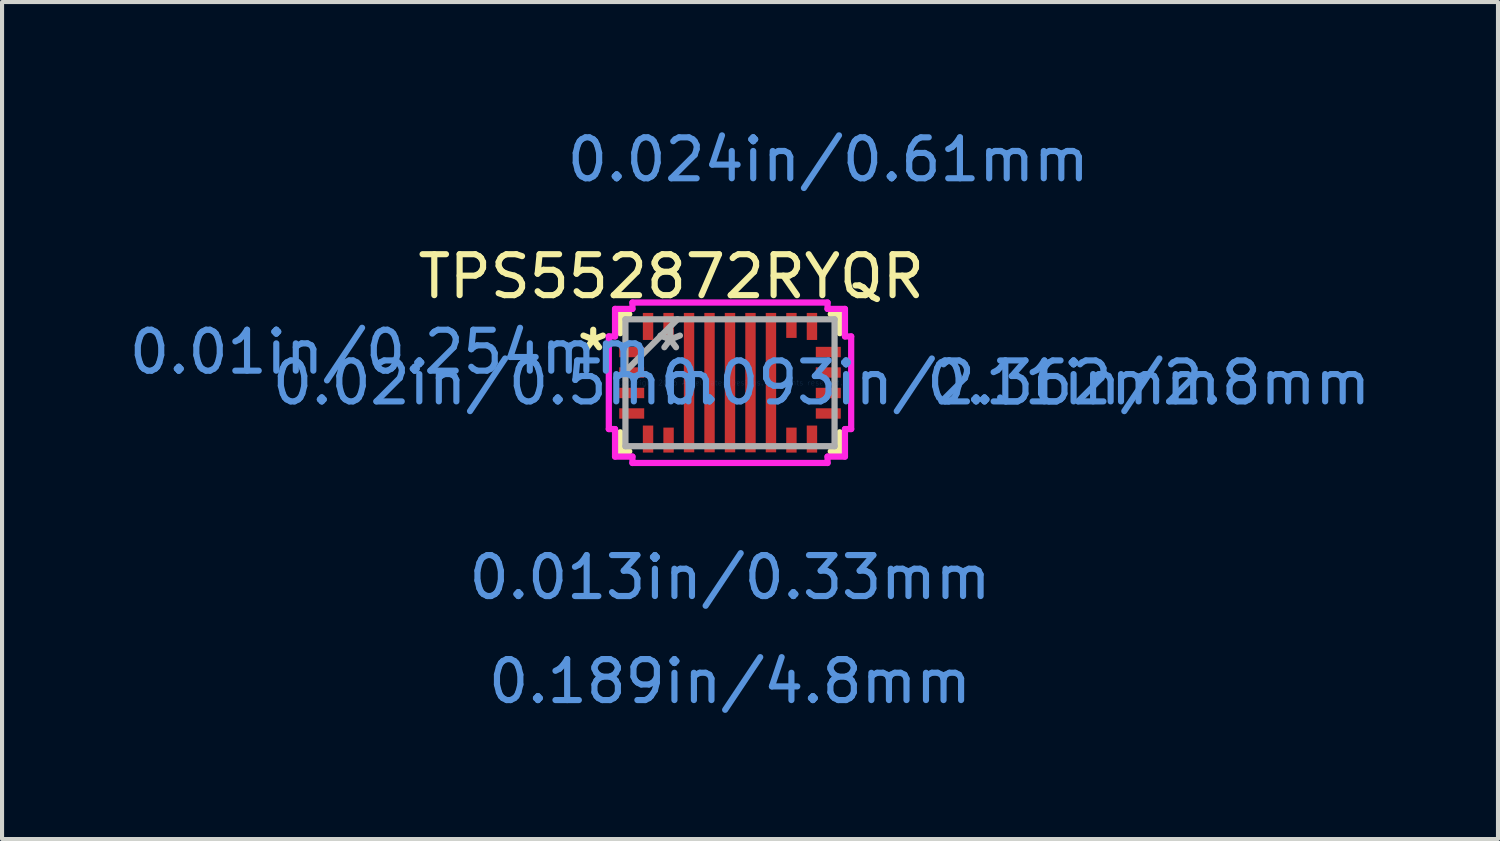
<source format=kicad_pcb>
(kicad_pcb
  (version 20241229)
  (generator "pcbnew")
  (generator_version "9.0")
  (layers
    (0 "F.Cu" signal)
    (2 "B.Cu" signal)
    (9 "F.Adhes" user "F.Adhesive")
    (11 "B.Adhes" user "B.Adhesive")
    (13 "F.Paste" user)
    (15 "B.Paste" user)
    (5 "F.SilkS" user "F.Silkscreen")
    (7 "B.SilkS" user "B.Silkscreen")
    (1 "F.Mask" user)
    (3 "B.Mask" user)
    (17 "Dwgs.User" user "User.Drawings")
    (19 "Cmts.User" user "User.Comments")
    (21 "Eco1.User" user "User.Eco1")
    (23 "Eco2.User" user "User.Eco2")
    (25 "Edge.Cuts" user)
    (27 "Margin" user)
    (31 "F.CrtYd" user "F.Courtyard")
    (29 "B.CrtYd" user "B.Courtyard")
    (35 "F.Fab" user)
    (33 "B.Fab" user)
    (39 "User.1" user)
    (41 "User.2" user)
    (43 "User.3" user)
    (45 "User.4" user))
  (footprint "TPS552872RYQR"
    (layer "F.Cu")
    (at 14.775 6.296)
    (property "Reference" "TPS552872RYQR" (at -1.435 -2.594 0) (layer "F.SilkS") (effects (font (size 1 1) (thickness 0.15))))
    (attr through_hole)
    (fp_line (start -2.68 -1.676) (end -2.68 -1.21) (stroke (width 0.152) (type solid)) (layer "F.SilkS"))
    (fp_line (start -2.68 1.21) (end -2.68 1.676) (stroke (width 0.152) (type solid)) (layer "F.SilkS"))
    (fp_line (start -2.68 1.676) (end -2.46 1.676) (stroke (width 0.152) (type solid)) (layer "F.SilkS"))
    (fp_line (start -2.46 -1.676) (end -2.68 -1.676) (stroke (width 0.152) (type solid)) (layer "F.SilkS"))
    (fp_line (start 2.46 1.676) (end 2.68 1.676) (stroke (width 0.152) (type solid)) (layer "F.SilkS"))
    (fp_line (start 2.68 -1.676) (end 2.46 -1.676) (stroke (width 0.152) (type solid)) (layer "F.SilkS"))
    (fp_line (start 2.68 -1.21) (end 2.68 -1.676) (stroke (width 0.152) (type solid)) (layer "F.SilkS"))
    (fp_line (start 2.68 1.676) (end 2.68 1.21) (stroke (width 0.152) (type solid)) (layer "F.SilkS"))
    (fp_line (start -2.959 -1.131) (end -2.807 -1.131) (stroke (width 0.152) (type solid)) (layer "F.CrtYd"))
    (fp_line (start -2.959 1.131) (end -2.959 -1.131) (stroke (width 0.152) (type solid)) (layer "F.CrtYd"))
    (fp_line (start -2.807 -1.803) (end -2.382 -1.803) (stroke (width 0.152) (type solid)) (layer "F.CrtYd"))
    (fp_line (start -2.807 -1.131) (end -2.807 -1.803) (stroke (width 0.152) (type solid)) (layer "F.CrtYd"))
    (fp_line (start -2.807 1.131) (end -2.959 1.131) (stroke (width 0.152) (type solid)) (layer "F.CrtYd"))
    (fp_line (start -2.807 1.803) (end -2.807 1.131) (stroke (width 0.152) (type solid)) (layer "F.CrtYd"))
    (fp_line (start -2.382 -1.959) (end 2.382 -1.959) (stroke (width 0.152) (type solid)) (layer "F.CrtYd"))
    (fp_line (start -2.382 -1.803) (end -2.382 -1.959) (stroke (width 0.152) (type solid)) (layer "F.CrtYd"))
    (fp_line (start -2.382 1.803) (end -2.807 1.803) (stroke (width 0.152) (type solid)) (layer "F.CrtYd"))
    (fp_line (start -2.382 1.959) (end -2.382 1.803) (stroke (width 0.152) (type solid)) (layer "F.CrtYd"))
    (fp_line (start 2.382 -1.959) (end 2.382 -1.803) (stroke (width 0.152) (type solid)) (layer "F.CrtYd"))
    (fp_line (start 2.382 -1.803) (end 2.807 -1.803) (stroke (width 0.152) (type solid)) (layer "F.CrtYd"))
    (fp_line (start 2.382 1.803) (end 2.382 1.959) (stroke (width 0.152) (type solid)) (layer "F.CrtYd"))
    (fp_line (start 2.382 1.959) (end -2.382 1.959) (stroke (width 0.152) (type solid)) (layer "F.CrtYd"))
    (fp_line (start 2.807 -1.803) (end 2.807 -1.131) (stroke (width 0.152) (type solid)) (layer "F.CrtYd"))
    (fp_line (start 2.807 -1.131) (end 2.959 -1.131) (stroke (width 0.152) (type solid)) (layer "F.CrtYd"))
    (fp_line (start 2.807 1.131) (end 2.807 1.803) (stroke (width 0.152) (type solid)) (layer "F.CrtYd"))
    (fp_line (start 2.807 1.803) (end 2.382 1.803) (stroke (width 0.152) (type solid)) (layer "F.CrtYd"))
    (fp_line (start 2.959 -1.131) (end 2.959 1.131) (stroke (width 0.152) (type solid)) (layer "F.CrtYd"))
    (fp_line (start 2.959 1.131) (end 2.807 1.131) (stroke (width 0.152) (type solid)) (layer "F.CrtYd"))
    (fp_line (start -2.553 -1.549) (end -2.553 1.549) (stroke (width 0.152) (type solid)) (layer "F.Fab"))
    (fp_line (start -2.553 -0.279) (end -1.283 -1.549) (stroke (width 0.152) (type solid)) (layer "F.Fab"))
    (fp_line (start -2.553 1.549) (end 2.553 1.549) (stroke (width 0.152) (type solid)) (layer "F.Fab"))
    (fp_line (start 2.553 -1.549) (end -2.553 -1.549) (stroke (width 0.152) (type solid)) (layer "F.Fab"))
    (fp_line (start 2.553 1.549) (end 2.553 -1.549) (stroke (width 0.152) (type solid)) (layer "F.Fab"))
    (fp_text user "*" (at -3.34 -0.75 0) (layer "F.SilkS") (effects (font (size 1 1) (thickness 0.15))))
    (fp_text user "0.189in/4.8mm" (at 0 7.293 0) (layer "Cmts.User") (effects (font (size 1 1) (thickness 0.15))))
    (fp_text user "0.013in/0.33mm" (at 0 4.753 0) (layer "Cmts.User") (effects (font (size 1 1) (thickness 0.15))))
    (fp_text user "0.01in/0.254mm" (at -8.293 -0.75 0) (layer "Cmts.User") (effects (font (size 1 1) (thickness 0.15))))
    (fp_text user "0.093in/2.362mm" (at 5.143 0 0) (layer "Cmts.User") (effects (font (size 1 1) (thickness 0.15))))
    (fp_text user "0.11in/2.8mm" (at 10.223 0 0) (layer "Cmts.User") (effects (font (size 1 1) (thickness 0.15))))
    (fp_text user "0.02in/0.5mm" (at -5.753 0 0) (layer "Cmts.User") (effects (font (size 1 1) (thickness 0.15))))
    (fp_text user "0.024in/0.61mm" (at 2.4 -5.448 0) (layer "Cmts.User") (effects (font (size 1 1) (thickness 0.15))))
    (fp_text user "Copyright 2016 Accelerated Designs. All rights reserved." (at 0 0 0) (layer "Cmts.User") (effects (font (size 0.127 0.127) (thickness 0.002))))
    (fp_text user "*" (at -1.46 -0.75 0) (layer "F.Fab") (effects (font (size 1 1) (thickness 0.15))))
    (pad "1" smd rect (at -2.4 -0.75) (size 0.61 0.254) (layers "F.Cu" "F.Mask" "F.Paste"))
    (pad "2" smd rect (at -2.4 -0.25) (size 0.61 0.254) (layers "F.Cu" "F.Mask" "F.Paste"))
    (pad "3" smd rect (at -2.4 0.25) (size 0.61 0.254) (layers "F.Cu" "F.Mask" "F.Paste"))
    (pad "4" smd rect (at -2.4 0.75) (size 0.61 0.254) (layers "F.Cu" "F.Mask" "F.Paste"))
    (pad "5" smd rect (at -2.001 1.375) (size 0.254 0.66) (layers "F.Cu" "F.Mask" "F.Paste"))
    (pad "6" smd rect (at -1.5 1.4 90) (size 0.61 0.254) (layers "F.Cu" "F.Mask" "F.Paste"))
    (pad "7" smd rect (at -1 -0.003) (size 0.254 3.404) (layers "F.Cu" "F.Mask" "F.Paste"))
    (pad "8" smd rect (at -0.5 -0.003) (size 0.254 3.404) (layers "F.Cu" "F.Mask" "F.Paste"))
    (pad "9" smd rect (at 0 -0.003) (size 0.254 3.404) (layers "F.Cu" "F.Mask" "F.Paste"))
    (pad "10" smd rect (at 0.5 -0.003) (size 0.254 3.404) (layers "F.Cu" "F.Mask" "F.Paste"))
    (pad "11" smd rect (at 1 -0.003) (size 0.254 3.404) (layers "F.Cu" "F.Mask" "F.Paste"))
    (pad "12" smd rect (at 1.5 1.4 90) (size 0.61 0.254) (layers "F.Cu" "F.Mask" "F.Paste"))
    (pad "13" smd rect (at 2.001 1.375) (size 0.254 0.66) (layers "F.Cu" "F.Mask" "F.Paste"))
    (pad "14" smd rect (at 2.4 0.75) (size 0.61 0.254) (layers "F.Cu" "F.Mask" "F.Paste"))
    (pad "15" smd rect (at 2.4 0.25) (size 0.61 0.254) (layers "F.Cu" "F.Mask" "F.Paste"))
    (pad "16" smd rect (at 2.4 -0.25) (size 0.61 0.254) (layers "F.Cu" "F.Mask" "F.Paste"))
    (pad "17" smd rect (at 2.4 -0.75) (size 0.61 0.254) (layers "F.Cu" "F.Mask" "F.Paste"))
    (pad "18" smd rect (at 2.001 -1.375) (size 0.254 0.66) (layers "F.Cu" "F.Mask" "F.Paste"))
    (pad "19" smd rect (at 1.5 -1.4 90) (size 0.61 0.254) (layers "F.Cu" "F.Mask" "F.Paste"))
    (pad "20" smd rect (at -1.5 -1.4 90) (size 0.61 0.254) (layers "F.Cu" "F.Mask" "F.Paste"))
    (pad "21" smd rect (at -2.001 -1.375) (size 0.254 0.66) (layers "F.Cu" "F.Mask" "F.Paste")))
  (gr_rect
    (start -3 -3)
    (end 33.528 17.437)
    (stroke (width 0.1) (type default))
    (fill no)
    (layer "Edge.Cuts")))
</source>
